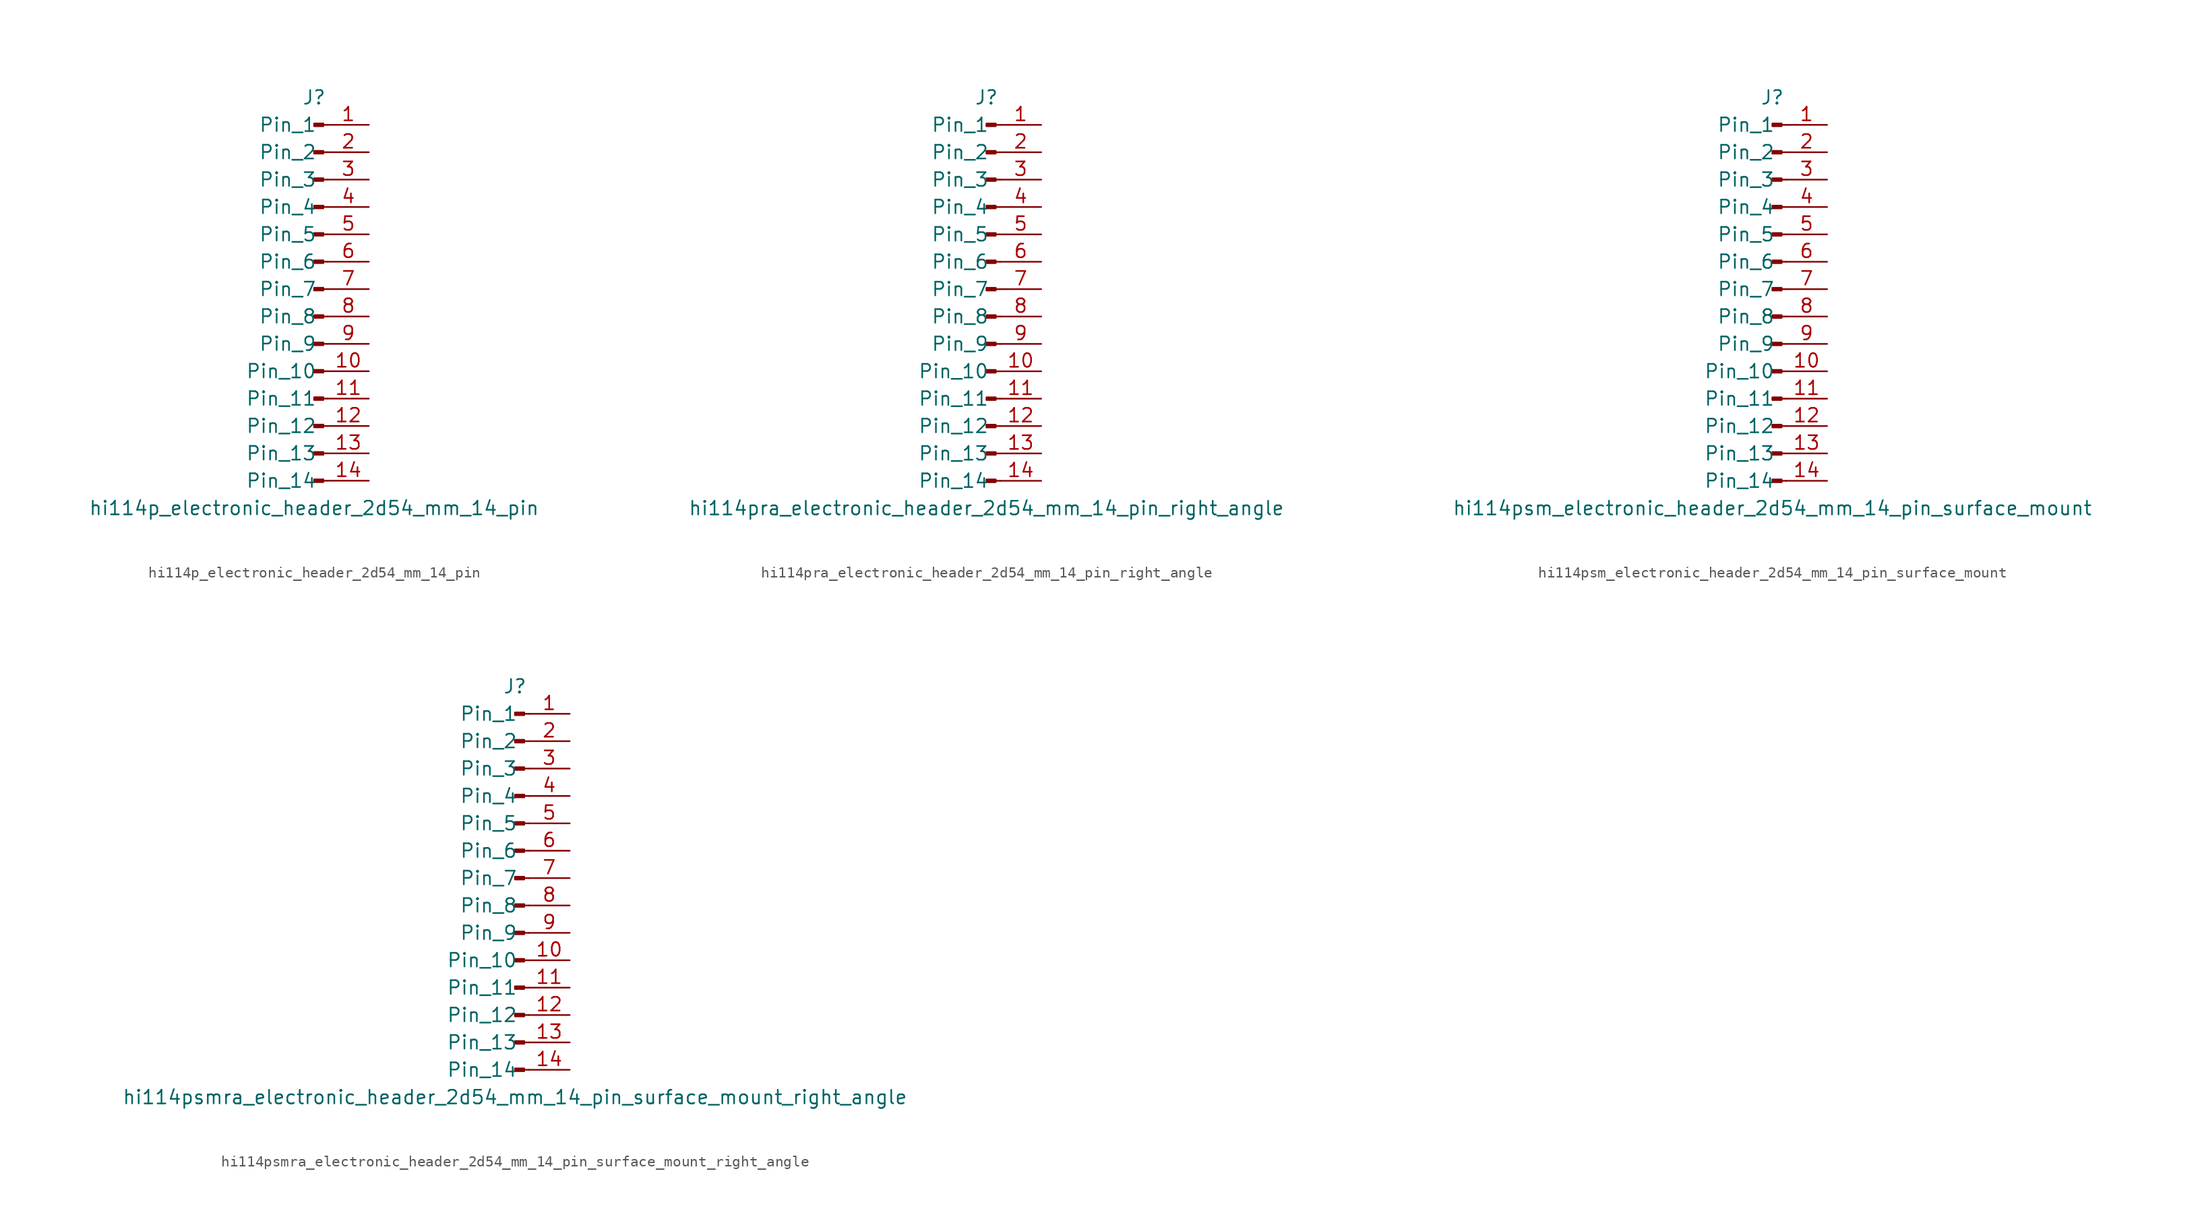
<source format=kicad_sym>
(kicad_symbol_lib
  (version 20220914)
  (generator kicad_symbol_editor)
  (symbol "hi114p_electronic_header_2d54_mm_14_pin"
    (pin_names
      (offset 1.016))
    (property "Reference" "J"
      (at 0 17.78 0)
      (effects (font (size 1.27 1.27))))
    (property "Value" "hi114p_electronic_header_2d54_mm_14_pin"
      (at 0 -20.32 0)
      (effects (font (size 1.27 1.27))))
    (property "ki_locked" ""
      (at 0 0 0)
      (effects (font (size 1.27 1.27))))
    (symbol "hi114p_electronic_header_2d54_mm_14_pin_1_1"
      (polyline (pts (xy 1.27 -17.78) (xy 0.864 -17.78)) (stroke (width 0.152) (type default)) (fill (type none)))
      (polyline (pts (xy 1.27 -15.24) (xy 0.864 -15.24)) (stroke (width 0.152) (type default)) (fill (type none)))
      (polyline (pts (xy 1.27 -12.7) (xy 0.864 -12.7)) (stroke (width 0.152) (type default)) (fill (type none)))
      (polyline (pts (xy 1.27 -10.16) (xy 0.864 -10.16)) (stroke (width 0.152) (type default)) (fill (type none)))
      (polyline (pts (xy 1.27 -7.62) (xy 0.864 -7.62)) (stroke (width 0.152) (type default)) (fill (type none)))
      (polyline (pts (xy 1.27 -5.08) (xy 0.864 -5.08)) (stroke (width 0.152) (type default)) (fill (type none)))
      (polyline (pts (xy 1.27 -2.54) (xy 0.864 -2.54)) (stroke (width 0.152) (type default)) (fill (type none)))
      (polyline (pts (xy 1.27 0) (xy 0.864 0)) (stroke (width 0.152) (type default)) (fill (type none)))
      (polyline (pts (xy 1.27 2.54) (xy 0.864 2.54)) (stroke (width 0.152) (type default)) (fill (type none)))
      (polyline (pts (xy 1.27 5.08) (xy 0.864 5.08)) (stroke (width 0.152) (type default)) (fill (type none)))
      (polyline (pts (xy 1.27 7.62) (xy 0.864 7.62)) (stroke (width 0.152) (type default)) (fill (type none)))
      (polyline (pts (xy 1.27 10.16) (xy 0.864 10.16)) (stroke (width 0.152) (type default)) (fill (type none)))
      (polyline (pts (xy 1.27 12.7) (xy 0.864 12.7)) (stroke (width 0.152) (type default)) (fill (type none)))
      (polyline (pts (xy 1.27 15.24) (xy 0.864 15.24)) (stroke (width 0.152) (type default)) (fill (type none)))
      (rectangle (start 0.864 -17.653) (end 0 -17.907) (stroke (width 0.152) (type default)) (fill (type outline)))
      (rectangle (start 0.864 -15.113) (end 0 -15.367) (stroke (width 0.152) (type default)) (fill (type outline)))
      (rectangle (start 0.864 -12.573) (end 0 -12.827) (stroke (width 0.152) (type default)) (fill (type outline)))
      (rectangle (start 0.864 -10.033) (end 0 -10.287) (stroke (width 0.152) (type default)) (fill (type outline)))
      (rectangle (start 0.864 -7.493) (end 0 -7.747) (stroke (width 0.152) (type default)) (fill (type outline)))
      (rectangle (start 0.864 -4.953) (end 0 -5.207) (stroke (width 0.152) (type default)) (fill (type outline)))
      (rectangle (start 0.864 -2.413) (end 0 -2.667) (stroke (width 0.152) (type default)) (fill (type outline)))
      (rectangle (start 0.864 0.127) (end 0 -0.127) (stroke (width 0.152) (type default)) (fill (type outline)))
      (rectangle (start 0.864 2.667) (end 0 2.413) (stroke (width 0.152) (type default)) (fill (type outline)))
      (rectangle (start 0.864 5.207) (end 0 4.953) (stroke (width 0.152) (type default)) (fill (type outline)))
      (rectangle (start 0.864 7.747) (end 0 7.493) (stroke (width 0.152) (type default)) (fill (type outline)))
      (rectangle (start 0.864 10.287) (end 0 10.033) (stroke (width 0.152) (type default)) (fill (type outline)))
      (rectangle (start 0.864 12.827) (end 0 12.573) (stroke (width 0.152) (type default)) (fill (type outline)))
      (rectangle (start 0.864 15.367) (end 0 15.113) (stroke (width 0.152) (type default)) (fill (type outline)))
      (pin passive line (at 5.08 15.24 180) (length 3.81) (name "Pin_1" (effects (font (size 1.27 1.27)))) (number "1" (effects (font (size 1.27 1.27)))))
      (pin passive line (at 5.08 -7.62 180) (length 3.81) (name "Pin_10" (effects (font (size 1.27 1.27)))) (number "10" (effects (font (size 1.27 1.27)))))
      (pin passive line (at 5.08 -10.16 180) (length 3.81) (name "Pin_11" (effects (font (size 1.27 1.27)))) (number "11" (effects (font (size 1.27 1.27)))))
      (pin passive line (at 5.08 -12.7 180) (length 3.81) (name "Pin_12" (effects (font (size 1.27 1.27)))) (number "12" (effects (font (size 1.27 1.27)))))
      (pin passive line (at 5.08 -15.24 180) (length 3.81) (name "Pin_13" (effects (font (size 1.27 1.27)))) (number "13" (effects (font (size 1.27 1.27)))))
      (pin passive line (at 5.08 -17.78 180) (length 3.81) (name "Pin_14" (effects (font (size 1.27 1.27)))) (number "14" (effects (font (size 1.27 1.27)))))
      (pin passive line (at 5.08 12.7 180) (length 3.81) (name "Pin_2" (effects (font (size 1.27 1.27)))) (number "2" (effects (font (size 1.27 1.27)))))
      (pin passive line (at 5.08 10.16 180) (length 3.81) (name "Pin_3" (effects (font (size 1.27 1.27)))) (number "3" (effects (font (size 1.27 1.27)))))
      (pin passive line (at 5.08 7.62 180) (length 3.81) (name "Pin_4" (effects (font (size 1.27 1.27)))) (number "4" (effects (font (size 1.27 1.27)))))
      (pin passive line (at 5.08 5.08 180) (length 3.81) (name "Pin_5" (effects (font (size 1.27 1.27)))) (number "5" (effects (font (size 1.27 1.27)))))
      (pin passive line (at 5.08 2.54 180) (length 3.81) (name "Pin_6" (effects (font (size 1.27 1.27)))) (number "6" (effects (font (size 1.27 1.27)))))
      (pin passive line (at 5.08 0 180) (length 3.81) (name "Pin_7" (effects (font (size 1.27 1.27)))) (number "7" (effects (font (size 1.27 1.27)))))
      (pin passive line (at 5.08 -2.54 180) (length 3.81) (name "Pin_8" (effects (font (size 1.27 1.27)))) (number "8" (effects (font (size 1.27 1.27)))))
      (pin passive line (at 5.08 -5.08 180) (length 3.81) (name "Pin_9" (effects (font (size 1.27 1.27)))) (number "9" (effects (font (size 1.27 1.27)))))))
  (symbol "hi114pra_electronic_header_2d54_mm_14_pin_right_angle"
    (pin_names
      (offset 1.016))
    (property "Reference" "J"
      (at 0 17.78 0)
      (effects (font (size 1.27 1.27))))
    (property "Value" "hi114pra_electronic_header_2d54_mm_14_pin_right_angle"
      (at 0 -20.32 0)
      (effects (font (size 1.27 1.27))))
    (property "ki_locked" ""
      (at 0 0 0)
      (effects (font (size 1.27 1.27))))
    (symbol "hi114pra_electronic_header_2d54_mm_14_pin_right_angle_1_1"
      (polyline (pts (xy 1.27 -17.78) (xy 0.864 -17.78)) (stroke (width 0.152) (type default)) (fill (type none)))
      (polyline (pts (xy 1.27 -15.24) (xy 0.864 -15.24)) (stroke (width 0.152) (type default)) (fill (type none)))
      (polyline (pts (xy 1.27 -12.7) (xy 0.864 -12.7)) (stroke (width 0.152) (type default)) (fill (type none)))
      (polyline (pts (xy 1.27 -10.16) (xy 0.864 -10.16)) (stroke (width 0.152) (type default)) (fill (type none)))
      (polyline (pts (xy 1.27 -7.62) (xy 0.864 -7.62)) (stroke (width 0.152) (type default)) (fill (type none)))
      (polyline (pts (xy 1.27 -5.08) (xy 0.864 -5.08)) (stroke (width 0.152) (type default)) (fill (type none)))
      (polyline (pts (xy 1.27 -2.54) (xy 0.864 -2.54)) (stroke (width 0.152) (type default)) (fill (type none)))
      (polyline (pts (xy 1.27 0) (xy 0.864 0)) (stroke (width 0.152) (type default)) (fill (type none)))
      (polyline (pts (xy 1.27 2.54) (xy 0.864 2.54)) (stroke (width 0.152) (type default)) (fill (type none)))
      (polyline (pts (xy 1.27 5.08) (xy 0.864 5.08)) (stroke (width 0.152) (type default)) (fill (type none)))
      (polyline (pts (xy 1.27 7.62) (xy 0.864 7.62)) (stroke (width 0.152) (type default)) (fill (type none)))
      (polyline (pts (xy 1.27 10.16) (xy 0.864 10.16)) (stroke (width 0.152) (type default)) (fill (type none)))
      (polyline (pts (xy 1.27 12.7) (xy 0.864 12.7)) (stroke (width 0.152) (type default)) (fill (type none)))
      (polyline (pts (xy 1.27 15.24) (xy 0.864 15.24)) (stroke (width 0.152) (type default)) (fill (type none)))
      (rectangle (start 0.864 -17.653) (end 0 -17.907) (stroke (width 0.152) (type default)) (fill (type outline)))
      (rectangle (start 0.864 -15.113) (end 0 -15.367) (stroke (width 0.152) (type default)) (fill (type outline)))
      (rectangle (start 0.864 -12.573) (end 0 -12.827) (stroke (width 0.152) (type default)) (fill (type outline)))
      (rectangle (start 0.864 -10.033) (end 0 -10.287) (stroke (width 0.152) (type default)) (fill (type outline)))
      (rectangle (start 0.864 -7.493) (end 0 -7.747) (stroke (width 0.152) (type default)) (fill (type outline)))
      (rectangle (start 0.864 -4.953) (end 0 -5.207) (stroke (width 0.152) (type default)) (fill (type outline)))
      (rectangle (start 0.864 -2.413) (end 0 -2.667) (stroke (width 0.152) (type default)) (fill (type outline)))
      (rectangle (start 0.864 0.127) (end 0 -0.127) (stroke (width 0.152) (type default)) (fill (type outline)))
      (rectangle (start 0.864 2.667) (end 0 2.413) (stroke (width 0.152) (type default)) (fill (type outline)))
      (rectangle (start 0.864 5.207) (end 0 4.953) (stroke (width 0.152) (type default)) (fill (type outline)))
      (rectangle (start 0.864 7.747) (end 0 7.493) (stroke (width 0.152) (type default)) (fill (type outline)))
      (rectangle (start 0.864 10.287) (end 0 10.033) (stroke (width 0.152) (type default)) (fill (type outline)))
      (rectangle (start 0.864 12.827) (end 0 12.573) (stroke (width 0.152) (type default)) (fill (type outline)))
      (rectangle (start 0.864 15.367) (end 0 15.113) (stroke (width 0.152) (type default)) (fill (type outline)))
      (pin passive line (at 5.08 15.24 180) (length 3.81) (name "Pin_1" (effects (font (size 1.27 1.27)))) (number "1" (effects (font (size 1.27 1.27)))))
      (pin passive line (at 5.08 -7.62 180) (length 3.81) (name "Pin_10" (effects (font (size 1.27 1.27)))) (number "10" (effects (font (size 1.27 1.27)))))
      (pin passive line (at 5.08 -10.16 180) (length 3.81) (name "Pin_11" (effects (font (size 1.27 1.27)))) (number "11" (effects (font (size 1.27 1.27)))))
      (pin passive line (at 5.08 -12.7 180) (length 3.81) (name "Pin_12" (effects (font (size 1.27 1.27)))) (number "12" (effects (font (size 1.27 1.27)))))
      (pin passive line (at 5.08 -15.24 180) (length 3.81) (name "Pin_13" (effects (font (size 1.27 1.27)))) (number "13" (effects (font (size 1.27 1.27)))))
      (pin passive line (at 5.08 -17.78 180) (length 3.81) (name "Pin_14" (effects (font (size 1.27 1.27)))) (number "14" (effects (font (size 1.27 1.27)))))
      (pin passive line (at 5.08 12.7 180) (length 3.81) (name "Pin_2" (effects (font (size 1.27 1.27)))) (number "2" (effects (font (size 1.27 1.27)))))
      (pin passive line (at 5.08 10.16 180) (length 3.81) (name "Pin_3" (effects (font (size 1.27 1.27)))) (number "3" (effects (font (size 1.27 1.27)))))
      (pin passive line (at 5.08 7.62 180) (length 3.81) (name "Pin_4" (effects (font (size 1.27 1.27)))) (number "4" (effects (font (size 1.27 1.27)))))
      (pin passive line (at 5.08 5.08 180) (length 3.81) (name "Pin_5" (effects (font (size 1.27 1.27)))) (number "5" (effects (font (size 1.27 1.27)))))
      (pin passive line (at 5.08 2.54 180) (length 3.81) (name "Pin_6" (effects (font (size 1.27 1.27)))) (number "6" (effects (font (size 1.27 1.27)))))
      (pin passive line (at 5.08 0 180) (length 3.81) (name "Pin_7" (effects (font (size 1.27 1.27)))) (number "7" (effects (font (size 1.27 1.27)))))
      (pin passive line (at 5.08 -2.54 180) (length 3.81) (name "Pin_8" (effects (font (size 1.27 1.27)))) (number "8" (effects (font (size 1.27 1.27)))))
      (pin passive line (at 5.08 -5.08 180) (length 3.81) (name "Pin_9" (effects (font (size 1.27 1.27)))) (number "9" (effects (font (size 1.27 1.27)))))))
  (symbol "hi114psm_electronic_header_2d54_mm_14_pin_surface_mount"
    (pin_names
      (offset 1.016))
    (property "Reference" "J"
      (at 0 17.78 0)
      (effects (font (size 1.27 1.27))))
    (property "Value" "hi114psm_electronic_header_2d54_mm_14_pin_surface_mount"
      (at 0 -20.32 0)
      (effects (font (size 1.27 1.27))))
    (property "ki_locked" ""
      (at 0 0 0)
      (effects (font (size 1.27 1.27))))
    (symbol "hi114psm_electronic_header_2d54_mm_14_pin_surface_mount_1_1"
      (polyline (pts (xy 1.27 -17.78) (xy 0.864 -17.78)) (stroke (width 0.152) (type default)) (fill (type none)))
      (polyline (pts (xy 1.27 -15.24) (xy 0.864 -15.24)) (stroke (width 0.152) (type default)) (fill (type none)))
      (polyline (pts (xy 1.27 -12.7) (xy 0.864 -12.7)) (stroke (width 0.152) (type default)) (fill (type none)))
      (polyline (pts (xy 1.27 -10.16) (xy 0.864 -10.16)) (stroke (width 0.152) (type default)) (fill (type none)))
      (polyline (pts (xy 1.27 -7.62) (xy 0.864 -7.62)) (stroke (width 0.152) (type default)) (fill (type none)))
      (polyline (pts (xy 1.27 -5.08) (xy 0.864 -5.08)) (stroke (width 0.152) (type default)) (fill (type none)))
      (polyline (pts (xy 1.27 -2.54) (xy 0.864 -2.54)) (stroke (width 0.152) (type default)) (fill (type none)))
      (polyline (pts (xy 1.27 0) (xy 0.864 0)) (stroke (width 0.152) (type default)) (fill (type none)))
      (polyline (pts (xy 1.27 2.54) (xy 0.864 2.54)) (stroke (width 0.152) (type default)) (fill (type none)))
      (polyline (pts (xy 1.27 5.08) (xy 0.864 5.08)) (stroke (width 0.152) (type default)) (fill (type none)))
      (polyline (pts (xy 1.27 7.62) (xy 0.864 7.62)) (stroke (width 0.152) (type default)) (fill (type none)))
      (polyline (pts (xy 1.27 10.16) (xy 0.864 10.16)) (stroke (width 0.152) (type default)) (fill (type none)))
      (polyline (pts (xy 1.27 12.7) (xy 0.864 12.7)) (stroke (width 0.152) (type default)) (fill (type none)))
      (polyline (pts (xy 1.27 15.24) (xy 0.864 15.24)) (stroke (width 0.152) (type default)) (fill (type none)))
      (rectangle (start 0.864 -17.653) (end 0 -17.907) (stroke (width 0.152) (type default)) (fill (type outline)))
      (rectangle (start 0.864 -15.113) (end 0 -15.367) (stroke (width 0.152) (type default)) (fill (type outline)))
      (rectangle (start 0.864 -12.573) (end 0 -12.827) (stroke (width 0.152) (type default)) (fill (type outline)))
      (rectangle (start 0.864 -10.033) (end 0 -10.287) (stroke (width 0.152) (type default)) (fill (type outline)))
      (rectangle (start 0.864 -7.493) (end 0 -7.747) (stroke (width 0.152) (type default)) (fill (type outline)))
      (rectangle (start 0.864 -4.953) (end 0 -5.207) (stroke (width 0.152) (type default)) (fill (type outline)))
      (rectangle (start 0.864 -2.413) (end 0 -2.667) (stroke (width 0.152) (type default)) (fill (type outline)))
      (rectangle (start 0.864 0.127) (end 0 -0.127) (stroke (width 0.152) (type default)) (fill (type outline)))
      (rectangle (start 0.864 2.667) (end 0 2.413) (stroke (width 0.152) (type default)) (fill (type outline)))
      (rectangle (start 0.864 5.207) (end 0 4.953) (stroke (width 0.152) (type default)) (fill (type outline)))
      (rectangle (start 0.864 7.747) (end 0 7.493) (stroke (width 0.152) (type default)) (fill (type outline)))
      (rectangle (start 0.864 10.287) (end 0 10.033) (stroke (width 0.152) (type default)) (fill (type outline)))
      (rectangle (start 0.864 12.827) (end 0 12.573) (stroke (width 0.152) (type default)) (fill (type outline)))
      (rectangle (start 0.864 15.367) (end 0 15.113) (stroke (width 0.152) (type default)) (fill (type outline)))
      (pin passive line (at 5.08 15.24 180) (length 3.81) (name "Pin_1" (effects (font (size 1.27 1.27)))) (number "1" (effects (font (size 1.27 1.27)))))
      (pin passive line (at 5.08 -7.62 180) (length 3.81) (name "Pin_10" (effects (font (size 1.27 1.27)))) (number "10" (effects (font (size 1.27 1.27)))))
      (pin passive line (at 5.08 -10.16 180) (length 3.81) (name "Pin_11" (effects (font (size 1.27 1.27)))) (number "11" (effects (font (size 1.27 1.27)))))
      (pin passive line (at 5.08 -12.7 180) (length 3.81) (name "Pin_12" (effects (font (size 1.27 1.27)))) (number "12" (effects (font (size 1.27 1.27)))))
      (pin passive line (at 5.08 -15.24 180) (length 3.81) (name "Pin_13" (effects (font (size 1.27 1.27)))) (number "13" (effects (font (size 1.27 1.27)))))
      (pin passive line (at 5.08 -17.78 180) (length 3.81) (name "Pin_14" (effects (font (size 1.27 1.27)))) (number "14" (effects (font (size 1.27 1.27)))))
      (pin passive line (at 5.08 12.7 180) (length 3.81) (name "Pin_2" (effects (font (size 1.27 1.27)))) (number "2" (effects (font (size 1.27 1.27)))))
      (pin passive line (at 5.08 10.16 180) (length 3.81) (name "Pin_3" (effects (font (size 1.27 1.27)))) (number "3" (effects (font (size 1.27 1.27)))))
      (pin passive line (at 5.08 7.62 180) (length 3.81) (name "Pin_4" (effects (font (size 1.27 1.27)))) (number "4" (effects (font (size 1.27 1.27)))))
      (pin passive line (at 5.08 5.08 180) (length 3.81) (name "Pin_5" (effects (font (size 1.27 1.27)))) (number "5" (effects (font (size 1.27 1.27)))))
      (pin passive line (at 5.08 2.54 180) (length 3.81) (name "Pin_6" (effects (font (size 1.27 1.27)))) (number "6" (effects (font (size 1.27 1.27)))))
      (pin passive line (at 5.08 0 180) (length 3.81) (name "Pin_7" (effects (font (size 1.27 1.27)))) (number "7" (effects (font (size 1.27 1.27)))))
      (pin passive line (at 5.08 -2.54 180) (length 3.81) (name "Pin_8" (effects (font (size 1.27 1.27)))) (number "8" (effects (font (size 1.27 1.27)))))
      (pin passive line (at 5.08 -5.08 180) (length 3.81) (name "Pin_9" (effects (font (size 1.27 1.27)))) (number "9" (effects (font (size 1.27 1.27)))))))
  (symbol "hi114psmra_electronic_header_2d54_mm_14_pin_surface_mount_right_angle"
    (pin_names
      (offset 1.016))
    (property "Reference" "J"
      (at 0 17.78 0)
      (effects (font (size 1.27 1.27))))
    (property "Value" "hi114psmra_electronic_header_2d54_mm_14_pin_surface_mount_right_angle"
      (at 0 -20.32 0)
      (effects (font (size 1.27 1.27))))
    (property "ki_locked" ""
      (at 0 0 0)
      (effects (font (size 1.27 1.27))))
    (symbol "hi114psmra_electronic_header_2d54_mm_14_pin_surface_mount_right_angle_1_1"
      (polyline (pts (xy 1.27 -17.78) (xy 0.864 -17.78)) (stroke (width 0.152) (type default)) (fill (type none)))
      (polyline (pts (xy 1.27 -15.24) (xy 0.864 -15.24)) (stroke (width 0.152) (type default)) (fill (type none)))
      (polyline (pts (xy 1.27 -12.7) (xy 0.864 -12.7)) (stroke (width 0.152) (type default)) (fill (type none)))
      (polyline (pts (xy 1.27 -10.16) (xy 0.864 -10.16)) (stroke (width 0.152) (type default)) (fill (type none)))
      (polyline (pts (xy 1.27 -7.62) (xy 0.864 -7.62)) (stroke (width 0.152) (type default)) (fill (type none)))
      (polyline (pts (xy 1.27 -5.08) (xy 0.864 -5.08)) (stroke (width 0.152) (type default)) (fill (type none)))
      (polyline (pts (xy 1.27 -2.54) (xy 0.864 -2.54)) (stroke (width 0.152) (type default)) (fill (type none)))
      (polyline (pts (xy 1.27 0) (xy 0.864 0)) (stroke (width 0.152) (type default)) (fill (type none)))
      (polyline (pts (xy 1.27 2.54) (xy 0.864 2.54)) (stroke (width 0.152) (type default)) (fill (type none)))
      (polyline (pts (xy 1.27 5.08) (xy 0.864 5.08)) (stroke (width 0.152) (type default)) (fill (type none)))
      (polyline (pts (xy 1.27 7.62) (xy 0.864 7.62)) (stroke (width 0.152) (type default)) (fill (type none)))
      (polyline (pts (xy 1.27 10.16) (xy 0.864 10.16)) (stroke (width 0.152) (type default)) (fill (type none)))
      (polyline (pts (xy 1.27 12.7) (xy 0.864 12.7)) (stroke (width 0.152) (type default)) (fill (type none)))
      (polyline (pts (xy 1.27 15.24) (xy 0.864 15.24)) (stroke (width 0.152) (type default)) (fill (type none)))
      (rectangle (start 0.864 -17.653) (end 0 -17.907) (stroke (width 0.152) (type default)) (fill (type outline)))
      (rectangle (start 0.864 -15.113) (end 0 -15.367) (stroke (width 0.152) (type default)) (fill (type outline)))
      (rectangle (start 0.864 -12.573) (end 0 -12.827) (stroke (width 0.152) (type default)) (fill (type outline)))
      (rectangle (start 0.864 -10.033) (end 0 -10.287) (stroke (width 0.152) (type default)) (fill (type outline)))
      (rectangle (start 0.864 -7.493) (end 0 -7.747) (stroke (width 0.152) (type default)) (fill (type outline)))
      (rectangle (start 0.864 -4.953) (end 0 -5.207) (stroke (width 0.152) (type default)) (fill (type outline)))
      (rectangle (start 0.864 -2.413) (end 0 -2.667) (stroke (width 0.152) (type default)) (fill (type outline)))
      (rectangle (start 0.864 0.127) (end 0 -0.127) (stroke (width 0.152) (type default)) (fill (type outline)))
      (rectangle (start 0.864 2.667) (end 0 2.413) (stroke (width 0.152) (type default)) (fill (type outline)))
      (rectangle (start 0.864 5.207) (end 0 4.953) (stroke (width 0.152) (type default)) (fill (type outline)))
      (rectangle (start 0.864 7.747) (end 0 7.493) (stroke (width 0.152) (type default)) (fill (type outline)))
      (rectangle (start 0.864 10.287) (end 0 10.033) (stroke (width 0.152) (type default)) (fill (type outline)))
      (rectangle (start 0.864 12.827) (end 0 12.573) (stroke (width 0.152) (type default)) (fill (type outline)))
      (rectangle (start 0.864 15.367) (end 0 15.113) (stroke (width 0.152) (type default)) (fill (type outline)))
      (pin passive line (at 5.08 15.24 180) (length 3.81) (name "Pin_1" (effects (font (size 1.27 1.27)))) (number "1" (effects (font (size 1.27 1.27)))))
      (pin passive line (at 5.08 -7.62 180) (length 3.81) (name "Pin_10" (effects (font (size 1.27 1.27)))) (number "10" (effects (font (size 1.27 1.27)))))
      (pin passive line (at 5.08 -10.16 180) (length 3.81) (name "Pin_11" (effects (font (size 1.27 1.27)))) (number "11" (effects (font (size 1.27 1.27)))))
      (pin passive line (at 5.08 -12.7 180) (length 3.81) (name "Pin_12" (effects (font (size 1.27 1.27)))) (number "12" (effects (font (size 1.27 1.27)))))
      (pin passive line (at 5.08 -15.24 180) (length 3.81) (name "Pin_13" (effects (font (size 1.27 1.27)))) (number "13" (effects (font (size 1.27 1.27)))))
      (pin passive line (at 5.08 -17.78 180) (length 3.81) (name "Pin_14" (effects (font (size 1.27 1.27)))) (number "14" (effects (font (size 1.27 1.27)))))
      (pin passive line (at 5.08 12.7 180) (length 3.81) (name "Pin_2" (effects (font (size 1.27 1.27)))) (number "2" (effects (font (size 1.27 1.27)))))
      (pin passive line (at 5.08 10.16 180) (length 3.81) (name "Pin_3" (effects (font (size 1.27 1.27)))) (number "3" (effects (font (size 1.27 1.27)))))
      (pin passive line (at 5.08 7.62 180) (length 3.81) (name "Pin_4" (effects (font (size 1.27 1.27)))) (number "4" (effects (font (size 1.27 1.27)))))
      (pin passive line (at 5.08 5.08 180) (length 3.81) (name "Pin_5" (effects (font (size 1.27 1.27)))) (number "5" (effects (font (size 1.27 1.27)))))
      (pin passive line (at 5.08 2.54 180) (length 3.81) (name "Pin_6" (effects (font (size 1.27 1.27)))) (number "6" (effects (font (size 1.27 1.27)))))
      (pin passive line (at 5.08 0 180) (length 3.81) (name "Pin_7" (effects (font (size 1.27 1.27)))) (number "7" (effects (font (size 1.27 1.27)))))
      (pin passive line (at 5.08 -2.54 180) (length 3.81) (name "Pin_8" (effects (font (size 1.27 1.27)))) (number "8" (effects (font (size 1.27 1.27)))))
      (pin passive line (at 5.08 -5.08 180) (length 3.81) (name "Pin_9" (effects (font (size 1.27 1.27)))) (number "9" (effects (font (size 1.27 1.27))))))))
</source>
